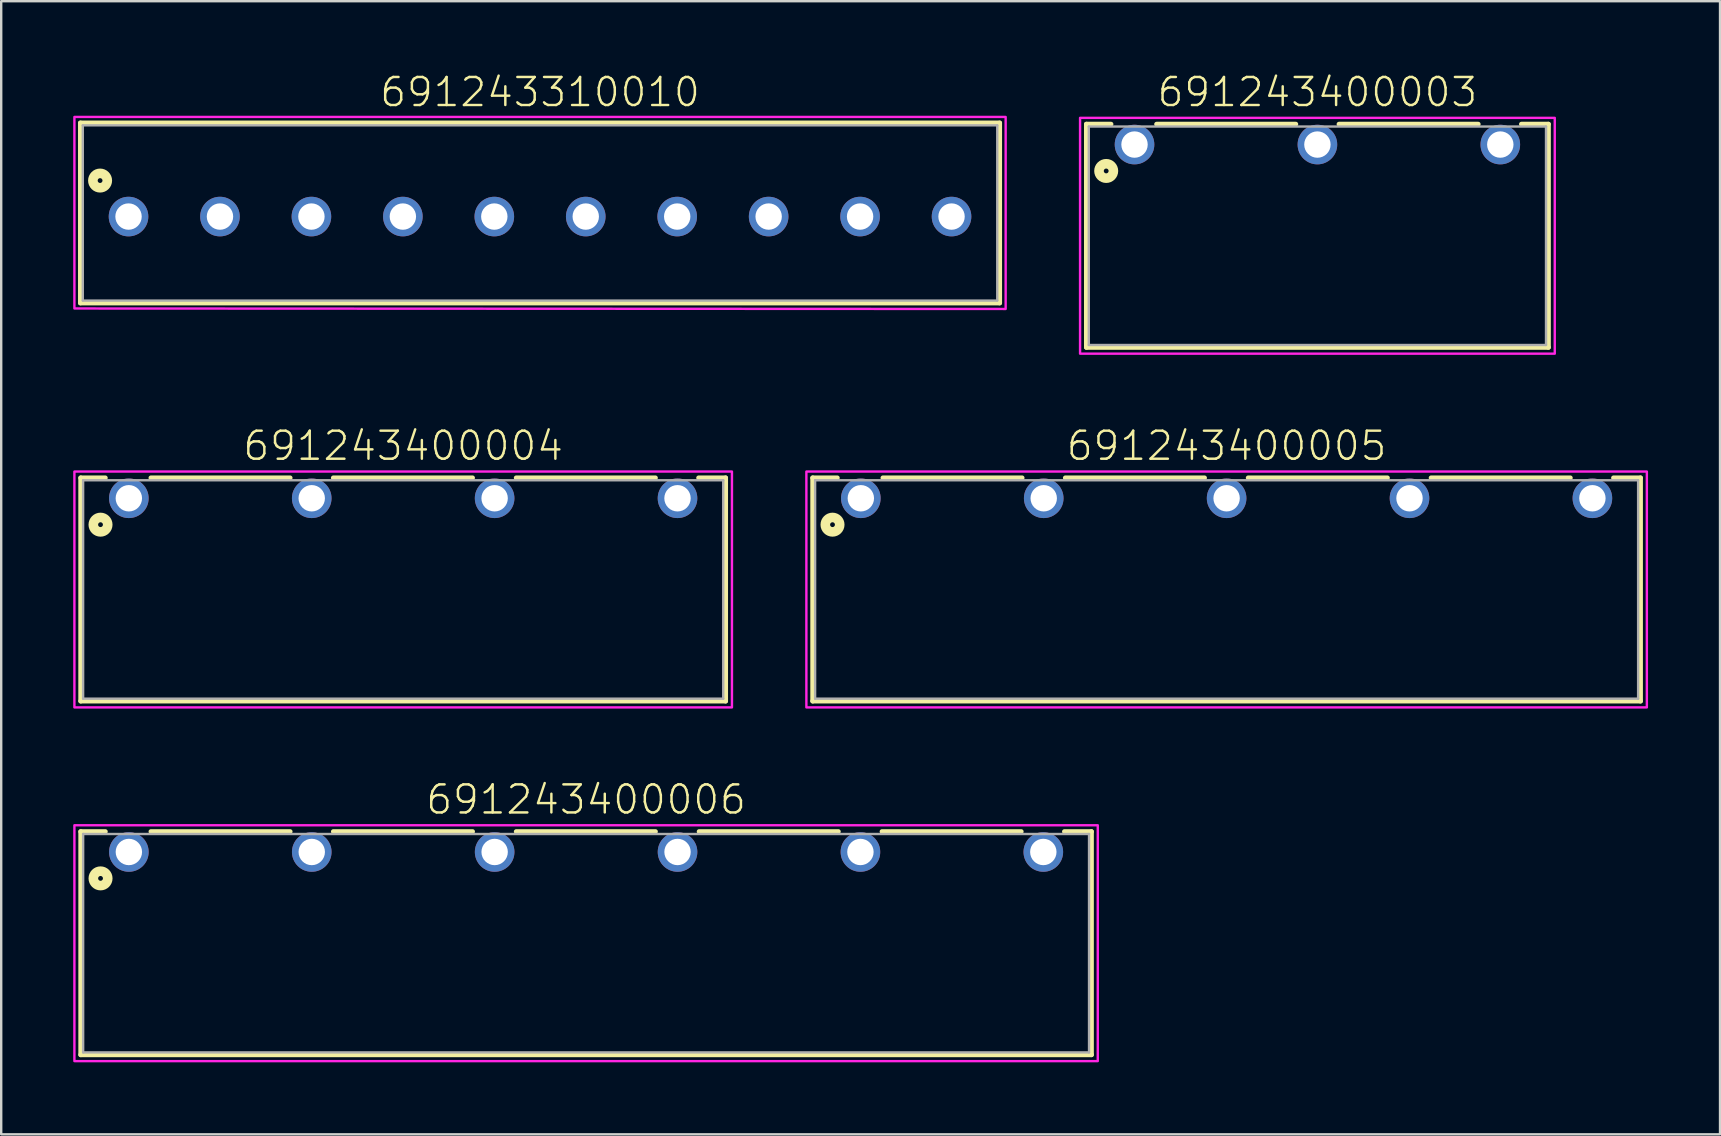
<source format=kicad_pcb>
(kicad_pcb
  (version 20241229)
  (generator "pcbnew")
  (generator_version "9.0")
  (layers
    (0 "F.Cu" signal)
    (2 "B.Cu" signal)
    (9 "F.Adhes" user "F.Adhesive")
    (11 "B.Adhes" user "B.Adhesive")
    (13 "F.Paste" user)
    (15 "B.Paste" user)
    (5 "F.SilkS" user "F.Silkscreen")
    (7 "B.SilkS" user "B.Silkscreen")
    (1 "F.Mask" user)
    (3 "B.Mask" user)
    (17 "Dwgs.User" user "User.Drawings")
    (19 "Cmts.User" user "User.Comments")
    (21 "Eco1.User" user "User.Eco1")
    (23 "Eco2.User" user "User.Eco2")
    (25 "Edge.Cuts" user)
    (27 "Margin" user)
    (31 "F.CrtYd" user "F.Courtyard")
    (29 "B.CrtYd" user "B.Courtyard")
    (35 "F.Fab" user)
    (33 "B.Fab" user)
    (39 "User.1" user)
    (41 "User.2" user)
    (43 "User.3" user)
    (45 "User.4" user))
  (footprint "691243310010"
    (layer "F.Cu")
    (at 19.45 5.973)
    (property "Reference" "691243310010" (at 0 -4.5 0) (unlocked yes) (layer "F.SilkS") (effects (font (size 1.168 1.168) (thickness 0.102)) (justify bottom)))
    (fp_line (start -19.15 -3.9) (end 19.15 -3.9) (stroke (width 0.2) (type solid)) (layer "F.SilkS"))
    (fp_line (start -19.15 3.6) (end -19.15 -3.9) (stroke (width 0.2) (type solid)) (layer "F.SilkS"))
    (fp_line (start 19.15 -3.9) (end 19.15 3.6) (stroke (width 0.2) (type solid)) (layer "F.SilkS"))
    (fp_line (start 19.15 3.6) (end -19.15 3.6) (stroke (width 0.2) (type solid)) (layer "F.SilkS"))
    (fp_circle (center -18.33 -1.5) (end -18.23 -1.5) (stroke (width 0.4) (type solid)) (fill no) (layer "F.SilkS"))
    (fp_poly (pts (xy 19.4 3.85) (xy -19.4 3.83) (xy -19.4 -4.15) (xy 19.4 -4.15)) (stroke (width 0.1) (type default)) (fill no) (layer "F.CrtYd"))
    (fp_line (start -19.05 -3.8) (end -19.05 3.5) (stroke (width 0.1) (type solid)) (layer "F.Fab"))
    (fp_line (start -19.05 -3.8) (end 19.05 -3.8) (stroke (width 0.1) (type solid)) (layer "F.Fab"))
    (fp_line (start -19.05 3.5) (end 19.05 3.5) (stroke (width 0.1) (type solid)) (layer "F.Fab"))
    (fp_line (start 19.05 -3.8) (end 19.05 3.5) (stroke (width 0.1) (type solid)) (layer "F.Fab"))
    (pad "1" thru_hole circle (at -17.145 0) (size 1.65 1.65) (drill 1.1) (layers "*.Cu" "*.Mask"))
    (pad "2" thru_hole circle (at -13.335 0) (size 1.65 1.65) (drill 1.1) (layers "*.Cu" "*.Mask"))
    (pad "3" thru_hole circle (at -9.525 0) (size 1.65 1.65) (drill 1.1) (layers "*.Cu" "*.Mask"))
    (pad "4" thru_hole circle (at -5.715 0) (size 1.65 1.65) (drill 1.1) (layers "*.Cu" "*.Mask"))
    (pad "5" thru_hole circle (at -1.905 0) (size 1.65 1.65) (drill 1.1) (layers "*.Cu" "*.Mask"))
    (pad "6" thru_hole circle (at 1.905 0) (size 1.65 1.65) (drill 1.1) (layers "*.Cu" "*.Mask"))
    (pad "7" thru_hole circle (at 5.715 0) (size 1.65 1.65) (drill 1.1) (layers "*.Cu" "*.Mask"))
    (pad "8" thru_hole circle (at 9.525 0) (size 1.65 1.65) (drill 1.1) (layers "*.Cu" "*.Mask"))
    (pad "9" thru_hole circle (at 13.335 0) (size 1.65 1.65) (drill 1.1) (layers "*.Cu" "*.Mask"))
    (pad "10" thru_hole circle (at 17.145 0) (size 1.65 1.65) (drill 1.1) (layers "*.Cu" "*.Mask")))
  (footprint "691243400003"
    (layer "F.Cu")
    (at 51.839 2.973)
    (property "Reference" "691243400003" (at 0 -1.5 0) (unlocked yes) (layer "F.SilkS") (effects (font (size 1.168 1.168) (thickness 0.102)) (justify bottom)))
    (fp_line (start -9.625 -0.85) (end -8.6 -0.85) (stroke (width 0.2) (type solid)) (layer "F.SilkS"))
    (fp_line (start -9.625 8.45) (end -9.625 -0.85) (stroke (width 0.2) (type solid)) (layer "F.SilkS"))
    (fp_line (start -6.7 -0.85) (end -0.9 -0.85) (stroke (width 0.2) (type solid)) (layer "F.SilkS"))
    (fp_line (start 0.9 -0.85) (end 6.7 -0.85) (stroke (width 0.2) (type solid)) (layer "F.SilkS"))
    (fp_line (start 8.5 -0.85) (end 9.625 -0.85) (stroke (width 0.2) (type solid)) (layer "F.SilkS"))
    (fp_line (start 9.625 -0.85) (end 9.625 8.45) (stroke (width 0.2) (type solid)) (layer "F.SilkS"))
    (fp_line (start 9.625 8.45) (end -9.625 8.45) (stroke (width 0.2) (type solid)) (layer "F.SilkS"))
    (fp_circle (center -8.8 1.1) (end -8.7 1.1) (stroke (width 0.4) (type solid)) (fill no) (layer "F.SilkS"))
    (fp_poly (pts (xy 9.889 8.713) (xy -9.889 8.713) (xy -9.889 -1.113) (xy 9.889 -1.113)) (stroke (width 0.1) (type default)) (fill no) (layer "F.CrtYd"))
    (fp_line (start -9.525 -0.75) (end 9.525 -0.75) (stroke (width 0.1) (type solid)) (layer "F.Fab"))
    (fp_line (start -9.525 8.35) (end -9.525 -0.75) (stroke (width 0.1) (type solid)) (layer "F.Fab"))
    (fp_line (start 9.525 -0.75) (end 9.525 8.35) (stroke (width 0.1) (type solid)) (layer "F.Fab"))
    (fp_line (start 9.525 8.35) (end -9.525 8.35) (stroke (width 0.1) (type solid)) (layer "F.Fab"))
    (pad "1" thru_hole circle (at -7.62 0 180) (size 1.65 1.65) (drill 1.1) (layers "*.Cu" "*.Mask"))
    (pad "2" thru_hole circle (at 0 0 180) (size 1.65 1.65) (drill 1.1) (layers "*.Cu" "*.Mask"))
    (pad "3" thru_hole circle (at 7.62 0 180) (size 1.65 1.65) (drill 1.1) (layers "*.Cu" "*.Mask")))
  (footprint "691243400006"
    (layer "F.Cu")
    (at 21.369 32.447)
    (property "Reference" "691243400006" (at 0 -1.5 0) (unlocked yes) (layer "F.SilkS") (effects (font (size 1.168 1.168) (thickness 0.102)) (justify bottom)))
    (fp_line (start -21.055 -0.85) (end -20.03 -0.85) (stroke (width 0.2) (type solid)) (layer "F.SilkS"))
    (fp_line (start -21.055 8.45) (end -21.055 -0.85) (stroke (width 0.2) (type solid)) (layer "F.SilkS"))
    (fp_line (start -18.13 -0.85) (end -12.33 -0.85) (stroke (width 0.2) (type solid)) (layer "F.SilkS"))
    (fp_line (start -10.53 -0.85) (end -4.73 -0.85) (stroke (width 0.2) (type solid)) (layer "F.SilkS"))
    (fp_line (start -2.91 -0.85) (end 2.89 -0.85) (stroke (width 0.2) (type solid)) (layer "F.SilkS"))
    (fp_line (start 4.71 -0.85) (end 10.51 -0.85) (stroke (width 0.2) (type solid)) (layer "F.SilkS"))
    (fp_line (start 12.33 -0.85) (end 18.13 -0.85) (stroke (width 0.2) (type solid)) (layer "F.SilkS"))
    (fp_line (start 19.93 -0.85) (end 21.055 -0.85) (stroke (width 0.2) (type solid)) (layer "F.SilkS"))
    (fp_line (start 21.055 -0.85) (end 21.055 8.45) (stroke (width 0.2) (type solid)) (layer "F.SilkS"))
    (fp_line (start 21.055 8.45) (end -21.055 8.45) (stroke (width 0.2) (type solid)) (layer "F.SilkS"))
    (fp_circle (center -20.23 1.1) (end -20.13 1.1) (stroke (width 0.4) (type solid)) (fill no) (layer "F.SilkS"))
    (fp_poly (pts (xy 21.319 8.713) (xy -21.319 8.713) (xy -21.319 -1.113) (xy 21.319 -1.113)) (stroke (width 0.1) (type default)) (fill no) (layer "F.CrtYd"))
    (fp_line (start -20.955 -0.75) (end 20.955 -0.75) (stroke (width 0.1) (type solid)) (layer "F.Fab"))
    (fp_line (start -20.955 8.35) (end -20.955 -0.75) (stroke (width 0.1) (type solid)) (layer "F.Fab"))
    (fp_line (start 20.955 -0.75) (end 20.955 8.35) (stroke (width 0.1) (type solid)) (layer "F.Fab"))
    (fp_line (start 20.955 8.35) (end -20.955 8.35) (stroke (width 0.1) (type solid)) (layer "F.Fab"))
    (pad "1" thru_hole circle (at -19.05 0 180) (size 1.65 1.65) (drill 1.1) (layers "*.Cu" "*.Mask"))
    (pad "2" thru_hole circle (at -11.43 0 180) (size 1.65 1.65) (drill 1.1) (layers "*.Cu" "*.Mask"))
    (pad "3" thru_hole circle (at -3.81 0 180) (size 1.65 1.65) (drill 1.1) (layers "*.Cu" "*.Mask"))
    (pad "4" thru_hole circle (at 3.81 0 180) (size 1.65 1.65) (drill 1.1) (layers "*.Cu" "*.Mask"))
    (pad "5" thru_hole circle (at 11.43 0 180) (size 1.65 1.65) (drill 1.1) (layers "*.Cu" "*.Mask"))
    (pad "6" thru_hole circle (at 19.05 0 180) (size 1.65 1.65) (drill 1.1) (layers "*.Cu" "*.Mask")))
  (footprint "691243400004"
    (layer "F.Cu")
    (at 13.748 17.71)
    (property "Reference" "691243400004" (at 0 -1.5 0) (unlocked yes) (layer "F.SilkS") (effects (font (size 1.168 1.168) (thickness 0.102)) (justify bottom)))
    (fp_line (start -13.435 -0.85) (end -12.41 -0.85) (stroke (width 0.2) (type solid)) (layer "F.SilkS"))
    (fp_line (start -13.435 8.45) (end -13.435 -0.85) (stroke (width 0.2) (type solid)) (layer "F.SilkS"))
    (fp_line (start -10.51 -0.85) (end -4.71 -0.85) (stroke (width 0.2) (type solid)) (layer "F.SilkS"))
    (fp_line (start -2.91 -0.85) (end 2.89 -0.85) (stroke (width 0.2) (type solid)) (layer "F.SilkS"))
    (fp_line (start 4.71 -0.85) (end 10.51 -0.85) (stroke (width 0.2) (type solid)) (layer "F.SilkS"))
    (fp_line (start 12.31 -0.85) (end 13.435 -0.85) (stroke (width 0.2) (type solid)) (layer "F.SilkS"))
    (fp_line (start 13.435 -0.85) (end 13.435 8.45) (stroke (width 0.2) (type solid)) (layer "F.SilkS"))
    (fp_line (start 13.435 8.45) (end -13.435 8.45) (stroke (width 0.2) (type solid)) (layer "F.SilkS"))
    (fp_circle (center -12.61 1.1) (end -12.51 1.1) (stroke (width 0.4) (type solid)) (fill no) (layer "F.SilkS"))
    (fp_poly (pts (xy 13.698 8.713) (xy -13.698 8.713) (xy -13.698 -1.113) (xy 13.698 -1.113)) (stroke (width 0.1) (type default)) (fill no) (layer "F.CrtYd"))
    (fp_line (start -13.335 -0.75) (end 13.335 -0.75) (stroke (width 0.1) (type solid)) (layer "F.Fab"))
    (fp_line (start -13.335 8.35) (end -13.335 -0.75) (stroke (width 0.1) (type solid)) (layer "F.Fab"))
    (fp_line (start 13.335 -0.75) (end 13.335 8.35) (stroke (width 0.1) (type solid)) (layer "F.Fab"))
    (fp_line (start 13.335 8.35) (end -13.335 8.35) (stroke (width 0.1) (type solid)) (layer "F.Fab"))
    (pad "1" thru_hole circle (at -11.43 0 180) (size 1.65 1.65) (drill 1.1) (layers "*.Cu" "*.Mask"))
    (pad "2" thru_hole circle (at -3.81 0 180) (size 1.65 1.65) (drill 1.1) (layers "*.Cu" "*.Mask"))
    (pad "3" thru_hole circle (at 3.81 0 180) (size 1.65 1.65) (drill 1.1) (layers "*.Cu" "*.Mask"))
    (pad "4" thru_hole circle (at 11.43 0 180) (size 1.65 1.65) (drill 1.1) (layers "*.Cu" "*.Mask")))
  (footprint "691243400005"
    (layer "F.Cu")
    (at 48.056 17.71)
    (property "Reference" "691243400005" (at 0 -1.5 0) (unlocked yes) (layer "F.SilkS") (effects (font (size 1.168 1.168) (thickness 0.102)) (justify bottom)))
    (fp_line (start -17.245 -0.85) (end -16.22 -0.85) (stroke (width 0.2) (type solid)) (layer "F.SilkS"))
    (fp_line (start -17.245 8.45) (end -17.245 -0.85) (stroke (width 0.2) (type solid)) (layer "F.SilkS"))
    (fp_line (start -14.32 -0.85) (end -8.52 -0.85) (stroke (width 0.2) (type solid)) (layer "F.SilkS"))
    (fp_line (start -6.72 -0.85) (end -0.92 -0.85) (stroke (width 0.2) (type solid)) (layer "F.SilkS"))
    (fp_line (start 0.9 -0.85) (end 6.7 -0.85) (stroke (width 0.2) (type solid)) (layer "F.SilkS"))
    (fp_line (start 8.52 -0.85) (end 14.32 -0.85) (stroke (width 0.2) (type solid)) (layer "F.SilkS"))
    (fp_line (start 16.12 -0.85) (end 17.245 -0.85) (stroke (width 0.2) (type solid)) (layer "F.SilkS"))
    (fp_line (start 17.245 -0.85) (end 17.245 8.45) (stroke (width 0.2) (type solid)) (layer "F.SilkS"))
    (fp_line (start 17.245 8.45) (end -17.245 8.45) (stroke (width 0.2) (type solid)) (layer "F.SilkS"))
    (fp_circle (center -16.42 1.1) (end -16.32 1.1) (stroke (width 0.4) (type solid)) (fill no) (layer "F.SilkS"))
    (fp_poly (pts (xy 17.509 8.713) (xy -17.509 8.713) (xy -17.509 -1.113) (xy 17.509 -1.113)) (stroke (width 0.1) (type default)) (fill no) (layer "F.CrtYd"))
    (fp_line (start -17.145 -0.75) (end 17.145 -0.75) (stroke (width 0.1) (type solid)) (layer "F.Fab"))
    (fp_line (start -17.145 8.35) (end -17.145 -0.75) (stroke (width 0.1) (type solid)) (layer "F.Fab"))
    (fp_line (start 17.145 -0.75) (end 17.145 8.35) (stroke (width 0.1) (type solid)) (layer "F.Fab"))
    (fp_line (start 17.145 8.35) (end -17.145 8.35) (stroke (width 0.1) (type solid)) (layer "F.Fab"))
    (pad "1" thru_hole circle (at -15.24 0 180) (size 1.65 1.65) (drill 1.1) (layers "*.Cu" "*.Mask"))
    (pad "2" thru_hole circle (at -7.62 0 180) (size 1.65 1.65) (drill 1.1) (layers "*.Cu" "*.Mask"))
    (pad "3" thru_hole circle (at 0 0 180) (size 1.65 1.65) (drill 1.1) (layers "*.Cu" "*.Mask"))
    (pad "4" thru_hole circle (at 7.62 0 180) (size 1.65 1.65) (drill 1.1) (layers "*.Cu" "*.Mask"))
    (pad "5" thru_hole circle (at 15.24 0 180) (size 1.65 1.65) (drill 1.1) (layers "*.Cu" "*.Mask")))
  (gr_rect
    (start -3 -3)
    (end 68.614 44.21)
    (stroke (width 0.1) (type default))
    (fill no)
    (layer "Edge.Cuts")))
</source>
